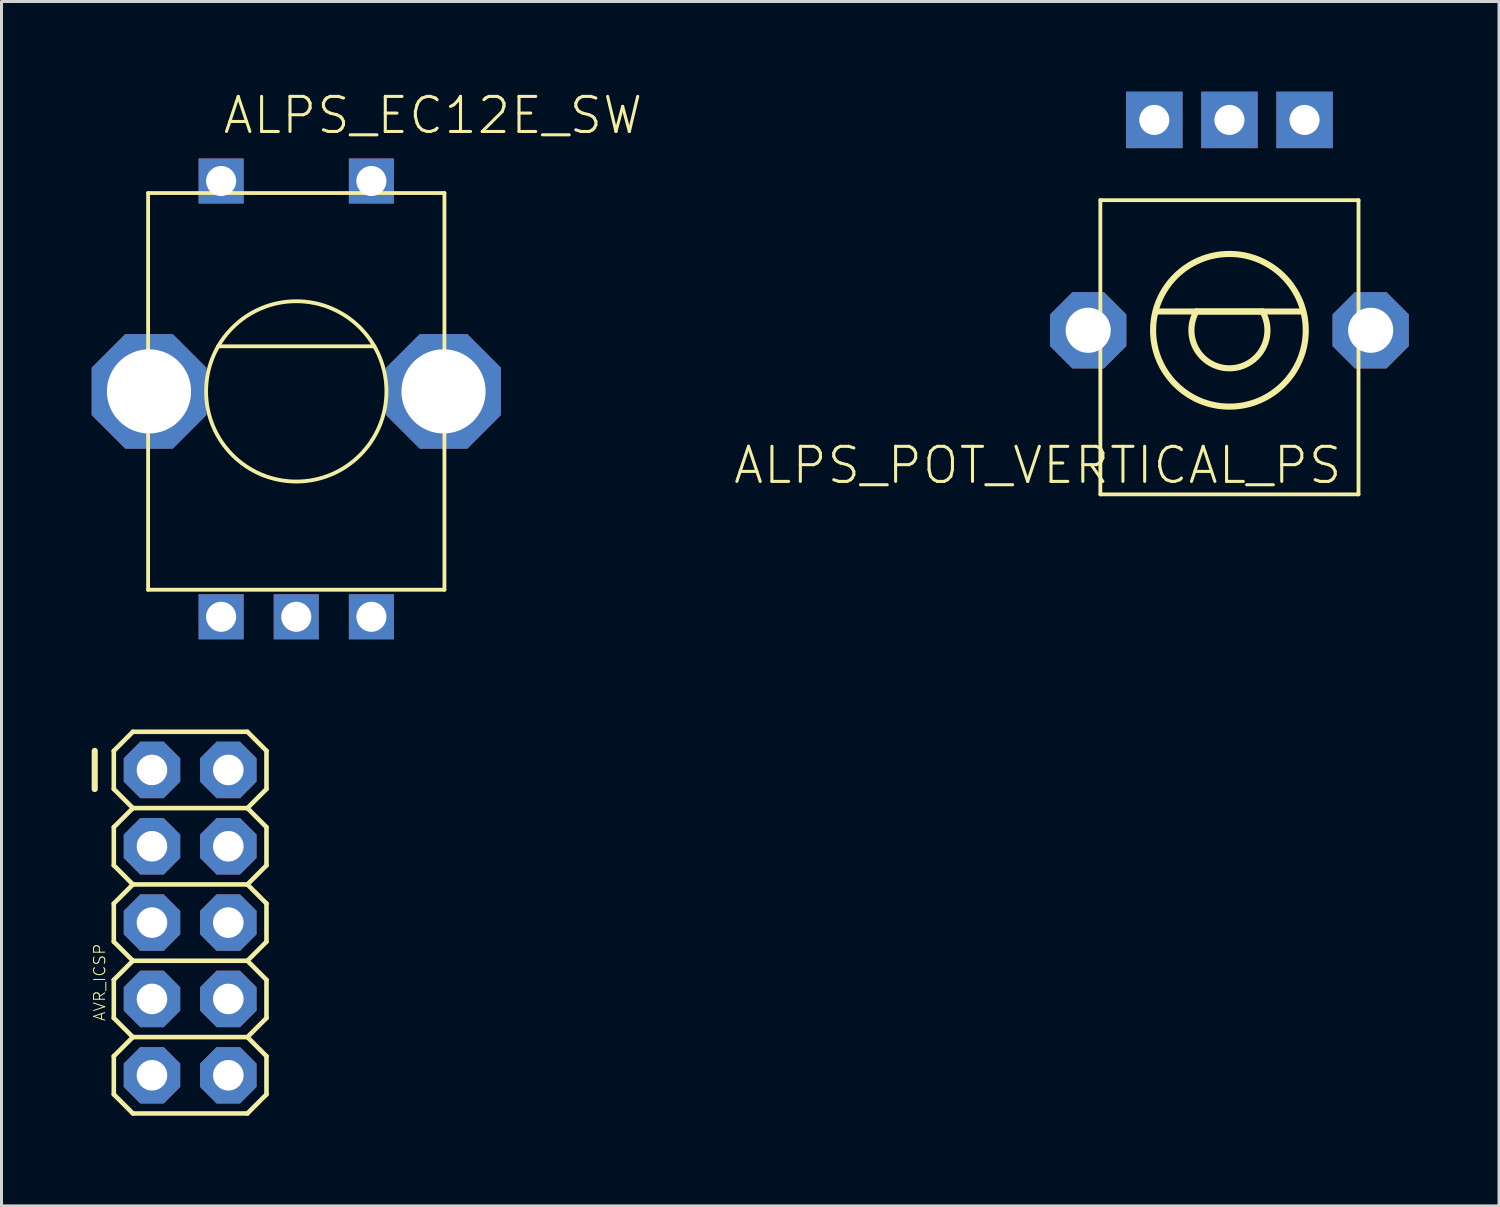
<source format=kicad_pcb>
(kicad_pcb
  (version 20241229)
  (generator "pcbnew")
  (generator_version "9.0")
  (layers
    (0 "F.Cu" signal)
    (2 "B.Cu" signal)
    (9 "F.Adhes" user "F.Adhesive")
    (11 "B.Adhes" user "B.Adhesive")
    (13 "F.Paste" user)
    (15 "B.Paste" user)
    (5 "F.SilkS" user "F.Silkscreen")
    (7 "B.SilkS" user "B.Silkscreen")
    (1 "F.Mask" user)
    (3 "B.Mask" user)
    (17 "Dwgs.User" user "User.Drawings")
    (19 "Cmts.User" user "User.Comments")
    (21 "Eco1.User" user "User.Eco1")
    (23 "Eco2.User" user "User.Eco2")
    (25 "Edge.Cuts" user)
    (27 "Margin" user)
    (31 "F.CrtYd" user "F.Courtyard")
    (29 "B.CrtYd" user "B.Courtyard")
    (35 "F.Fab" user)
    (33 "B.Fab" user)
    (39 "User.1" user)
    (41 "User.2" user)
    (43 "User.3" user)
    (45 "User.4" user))
  (footprint "AVR_ICSP"
    (layer "F.Cu")
    (at 3.277 27.649)
    (property "Reference" "AVR_ICSP" (at -2.794 3.302 90) (layer "F.SilkS") (effects (font (size 0.374 0.374) (thickness 0.033)) (justify left bottom)))
    (fp_line (start -3.175 -5.715) (end -3.175 -4.445) (stroke (width 0.203) (type solid)) (layer "F.SilkS"))
    (fp_line (start -2.54 -5.715) (end -2.54 -4.445) (stroke (width 0.152) (type solid)) (layer "F.SilkS"))
    (fp_line (start -2.54 -4.445) (end -1.905 -3.81) (stroke (width 0.152) (type solid)) (layer "F.SilkS"))
    (fp_line (start -2.54 -3.175) (end -2.54 -1.905) (stroke (width 0.152) (type solid)) (layer "F.SilkS"))
    (fp_line (start -2.54 -1.905) (end -1.905 -1.27) (stroke (width 0.152) (type solid)) (layer "F.SilkS"))
    (fp_line (start -2.54 -0.635) (end -2.54 0.635) (stroke (width 0.152) (type solid)) (layer "F.SilkS"))
    (fp_line (start -2.54 0.635) (end -1.905 1.27) (stroke (width 0.152) (type solid)) (layer "F.SilkS"))
    (fp_line (start -2.54 1.905) (end -2.54 3.175) (stroke (width 0.152) (type solid)) (layer "F.SilkS"))
    (fp_line (start -2.54 3.175) (end -1.905 3.81) (stroke (width 0.152) (type solid)) (layer "F.SilkS"))
    (fp_line (start -2.54 4.445) (end -2.54 5.715) (stroke (width 0.152) (type solid)) (layer "F.SilkS"))
    (fp_line (start -2.54 5.715) (end -1.905 6.35) (stroke (width 0.152) (type solid)) (layer "F.SilkS"))
    (fp_line (start -1.905 -6.35) (end -2.54 -5.715) (stroke (width 0.152) (type solid)) (layer "F.SilkS"))
    (fp_line (start -1.905 -6.35) (end 1.905 -6.35) (stroke (width 0.152) (type solid)) (layer "F.SilkS"))
    (fp_line (start -1.905 -3.81) (end -2.54 -3.175) (stroke (width 0.152) (type solid)) (layer "F.SilkS"))
    (fp_line (start -1.905 -1.27) (end -2.54 -0.635) (stroke (width 0.152) (type solid)) (layer "F.SilkS"))
    (fp_line (start -1.905 1.27) (end -2.54 1.905) (stroke (width 0.152) (type solid)) (layer "F.SilkS"))
    (fp_line (start -1.905 3.81) (end -2.54 4.445) (stroke (width 0.152) (type solid)) (layer "F.SilkS"))
    (fp_line (start 1.905 -6.35) (end 2.54 -5.715) (stroke (width 0.152) (type solid)) (layer "F.SilkS"))
    (fp_line (start 1.905 -3.81) (end -1.905 -3.81) (stroke (width 0.152) (type solid)) (layer "F.SilkS"))
    (fp_line (start 1.905 -3.81) (end 2.54 -3.175) (stroke (width 0.152) (type solid)) (layer "F.SilkS"))
    (fp_line (start 1.905 -1.27) (end -1.905 -1.27) (stroke (width 0.152) (type solid)) (layer "F.SilkS"))
    (fp_line (start 1.905 -1.27) (end 2.54 -0.635) (stroke (width 0.152) (type solid)) (layer "F.SilkS"))
    (fp_line (start 1.905 1.27) (end -1.905 1.27) (stroke (width 0.152) (type solid)) (layer "F.SilkS"))
    (fp_line (start 1.905 1.27) (end 2.54 1.905) (stroke (width 0.152) (type solid)) (layer "F.SilkS"))
    (fp_line (start 1.905 3.81) (end -1.905 3.81) (stroke (width 0.152) (type solid)) (layer "F.SilkS"))
    (fp_line (start 1.905 3.81) (end 2.54 4.445) (stroke (width 0.152) (type solid)) (layer "F.SilkS"))
    (fp_line (start 1.905 6.35) (end -1.905 6.35) (stroke (width 0.152) (type solid)) (layer "F.SilkS"))
    (fp_line (start 2.54 -5.715) (end 2.54 -4.445) (stroke (width 0.152) (type solid)) (layer "F.SilkS"))
    (fp_line (start 2.54 -4.445) (end 1.905 -3.81) (stroke (width 0.152) (type solid)) (layer "F.SilkS"))
    (fp_line (start 2.54 -3.175) (end 2.54 -1.905) (stroke (width 0.152) (type solid)) (layer "F.SilkS"))
    (fp_line (start 2.54 -1.905) (end 1.905 -1.27) (stroke (width 0.152) (type solid)) (layer "F.SilkS"))
    (fp_line (start 2.54 -0.635) (end 2.54 0.635) (stroke (width 0.152) (type solid)) (layer "F.SilkS"))
    (fp_line (start 2.54 0.635) (end 1.905 1.27) (stroke (width 0.152) (type solid)) (layer "F.SilkS"))
    (fp_line (start 2.54 1.905) (end 2.54 3.175) (stroke (width 0.152) (type solid)) (layer "F.SilkS"))
    (fp_line (start 2.54 3.175) (end 1.905 3.81) (stroke (width 0.152) (type solid)) (layer "F.SilkS"))
    (fp_line (start 2.54 4.445) (end 2.54 5.715) (stroke (width 0.152) (type solid)) (layer "F.SilkS"))
    (fp_line (start 2.54 5.715) (end 1.905 6.35) (stroke (width 0.152) (type solid)) (layer "F.SilkS"))
    (fp_poly (pts (xy -1.524 0.254) (xy -1.016 0.254) (xy -1.016 -0.254) (xy -1.524 -0.254)) (stroke (width 0) (type solid)) (fill yes) (layer "F.SilkS"))
    (fp_poly (pts (xy -1.524 -4.826) (xy -1.016 -4.826) (xy -1.016 -5.334) (xy -1.524 -5.334)) (stroke (width 0.1) (type solid)) (fill no) (layer "F.Fab"))
    (fp_poly (pts (xy -1.524 -2.286) (xy -1.016 -2.286) (xy -1.016 -2.794) (xy -1.524 -2.794)) (stroke (width 0.1) (type solid)) (fill no) (layer "F.Fab"))
    (fp_poly (pts (xy -1.524 2.794) (xy -1.016 2.794) (xy -1.016 2.286) (xy -1.524 2.286)) (stroke (width 0.1) (type solid)) (fill no) (layer "F.Fab"))
    (fp_poly (pts (xy -1.524 5.334) (xy -1.016 5.334) (xy -1.016 4.826) (xy -1.524 4.826)) (stroke (width 0.1) (type solid)) (fill no) (layer "F.Fab"))
    (fp_poly (pts (xy 1.016 -4.826) (xy 1.524 -4.826) (xy 1.524 -5.334) (xy 1.016 -5.334)) (stroke (width 0.1) (type solid)) (fill no) (layer "F.Fab"))
    (fp_poly (pts (xy 1.016 -2.286) (xy 1.524 -2.286) (xy 1.524 -2.794) (xy 1.016 -2.794)) (stroke (width 0.1) (type solid)) (fill no) (layer "F.Fab"))
    (fp_poly (pts (xy 1.016 0.254) (xy 1.524 0.254) (xy 1.524 -0.254) (xy 1.016 -0.254)) (stroke (width 0.1) (type solid)) (fill no) (layer "F.Fab"))
    (fp_poly (pts (xy 1.016 2.794) (xy 1.524 2.794) (xy 1.524 2.286) (xy 1.016 2.286)) (stroke (width 0.1) (type solid)) (fill no) (layer "F.Fab"))
    (fp_poly (pts (xy 1.016 5.334) (xy 1.524 5.334) (xy 1.524 4.826) (xy 1.016 4.826)) (stroke (width 0.1) (type solid)) (fill no) (layer "F.Fab"))
    (pad "1" thru_hole roundrect (at -1.27 -5.08 270) (size 1.88 1.88) (drill 1.016) (layers "*.Cu" "*.Mask") (roundrect_rratio 0.25) (chamfer_ratio 0.293) (chamfer top_left top_right bottom_left bottom_right))
    (pad "2" thru_hole roundrect (at 1.27 -5.08 270) (size 1.88 1.88) (drill 1.016) (layers "*.Cu" "*.Mask") (roundrect_rratio 0.25) (chamfer_ratio 0.293) (chamfer top_left top_right bottom_left bottom_right))
    (pad "3" thru_hole roundrect (at -1.27 -2.54 270) (size 1.88 1.88) (drill 1.016) (layers "*.Cu" "*.Mask") (roundrect_rratio 0.25) (chamfer_ratio 0.293) (chamfer top_left top_right bottom_left bottom_right))
    (pad "4" thru_hole roundrect (at 1.27 -2.54 270) (size 1.88 1.88) (drill 1.016) (layers "*.Cu" "*.Mask") (roundrect_rratio 0.25) (chamfer_ratio 0.293) (chamfer top_left top_right bottom_left bottom_right))
    (pad "5" thru_hole roundrect (at -1.27 0 270) (size 1.88 1.88) (drill 1.016) (layers "*.Cu" "*.Mask") (roundrect_rratio 0.25) (chamfer_ratio 0.293) (chamfer top_left top_right bottom_left bottom_right))
    (pad "6" thru_hole roundrect (at 1.27 0 270) (size 1.88 1.88) (drill 1.016) (layers "*.Cu" "*.Mask") (roundrect_rratio 0.25) (chamfer_ratio 0.293) (chamfer top_left top_right bottom_left bottom_right))
    (pad "7" thru_hole roundrect (at -1.27 2.54 270) (size 1.88 1.88) (drill 1.016) (layers "*.Cu" "*.Mask") (roundrect_rratio 0.25) (chamfer_ratio 0.293) (chamfer top_left top_right bottom_left bottom_right))
    (pad "8" thru_hole roundrect (at 1.27 2.54 270) (size 1.88 1.88) (drill 1.016) (layers "*.Cu" "*.Mask") (roundrect_rratio 0.25) (chamfer_ratio 0.293) (chamfer top_left top_right bottom_left bottom_right))
    (pad "9" thru_hole roundrect (at -1.27 5.08 270) (size 1.88 1.88) (drill 1.016) (layers "*.Cu" "*.Mask") (roundrect_rratio 0.25) (chamfer_ratio 0.293) (chamfer top_left top_right bottom_left bottom_right))
    (pad "10" thru_hole roundrect (at 1.27 5.08 270) (size 1.88 1.88) (drill 1.016) (layers "*.Cu" "*.Mask") (roundrect_rratio 0.25) (chamfer_ratio 0.293) (chamfer top_left top_right bottom_left bottom_right)))
  (footprint "ALPS_POT_VERTICAL_PS"
    (layer "F.Cu")
    (at 37.858 7.94)
    (property "Reference" "ALPS_POT_VERTICAL_PS" (at 3.81 3.81 0) (layer "F.SilkS") (effects (font (size 1.168 1.168) (thickness 0.102)) (justify right top)))
    (fp_line (start -4.295 -4.33) (end 4.295 -4.33) (stroke (width 0.127) (type solid)) (layer "F.SilkS"))
    (fp_line (start -4.295 5.46) (end -4.295 -4.33) (stroke (width 0.127) (type solid)) (layer "F.SilkS"))
    (fp_line (start -2.45 -0.625) (end 2.425 -0.625) (stroke (width 0.203) (type solid)) (layer "F.SilkS"))
    (fp_line (start -1.1 -0.625) (end 1.1 -0.625) (stroke (width 0.203) (type solid)) (layer "F.SilkS"))
    (fp_line (start 4.295 -4.33) (end 4.295 5.46) (stroke (width 0.127) (type solid)) (layer "F.SilkS"))
    (fp_line (start 4.295 5.46) (end -4.295 5.46) (stroke (width 0.127) (type solid)) (layer "F.SilkS"))
    (fp_arc (start 1.1 -0.625) (mid 0 1.265158) (end -1.1 -0.625) (stroke (width 0.2032) (type solid)) (layer "F.SilkS"))
    (fp_circle (center 0 0) (end 2.54 0) (stroke (width 0.203) (type solid)) (fill no) (layer "F.SilkS"))
    (pad "P$1" thru_hole rect (at -2.5 -7 270) (size 1.88 1.88) (drill 1) (layers "*.Cu" "*.Mask"))
    (pad "P$2" thru_hole rect (at 0 -7 270) (size 1.88 1.88) (drill 1) (layers "*.Cu" "*.Mask"))
    (pad "P$3" thru_hole rect (at 2.5 -7 270) (size 1.88 1.88) (drill 1) (layers "*.Cu" "*.Mask"))
    (pad "P$4" thru_hole roundrect (at -4.7 0 270) (size 2.54 2.54) (drill 1.5) (layers "*.Cu" "*.Mask") (roundrect_rratio 0.25) (chamfer_ratio 0.293) (chamfer top_left top_right bottom_left bottom_right))
    (pad "P$5" thru_hole roundrect (at 4.7 0 270) (size 2.54 2.54) (drill 1.5) (layers "*.Cu" "*.Mask") (roundrect_rratio 0.25) (chamfer_ratio 0.293) (chamfer top_left top_right bottom_left bottom_right)))
  (footprint "ALPS_EC12E_SW"
    (layer "F.Cu")
    (at 6.808 9.973)
    (property "Reference" "ALPS_EC12E_SW" (at -2.5 -8.5 0) (layer "F.SilkS") (effects (font (size 1.168 1.168) (thickness 0.102)) (justify left bottom)))
    (fp_line (start -4.93 -6.6) (end -4.93 6.6) (stroke (width 0.127) (type solid)) (layer "F.SilkS"))
    (fp_line (start -4.93 6.6) (end 4.93 6.6) (stroke (width 0.127) (type solid)) (layer "F.SilkS"))
    (fp_line (start -2.6 -1.5) (end 2.6 -1.5) (stroke (width 0.127) (type solid)) (layer "F.SilkS"))
    (fp_line (start 4.93 -6.6) (end -4.93 -6.6) (stroke (width 0.127) (type solid)) (layer "F.SilkS"))
    (fp_line (start 4.93 6.6) (end 4.93 -6.6) (stroke (width 0.127) (type solid)) (layer "F.SilkS"))
    (fp_circle (center 0 0) (end 3 0) (stroke (width 0.127) (type solid)) (fill no) (layer "F.SilkS"))
    (pad "A" thru_hole rect (at -2.5 7.5) (size 1.5 1.5) (drill 1) (layers "*.Cu" "*.Mask"))
    (pad "B" thru_hole rect (at 2.5 7.5) (size 1.5 1.5) (drill 1) (layers "*.Cu" "*.Mask"))
    (pad "C" thru_hole rect (at 0 7.5) (size 1.5 1.5) (drill 1) (layers "*.Cu" "*.Mask"))
    (pad "D" thru_hole rect (at -2.5 -7) (size 1.5 1.5) (drill 1) (layers "*.Cu" "*.Mask"))
    (pad "E" thru_hole rect (at 2.5 -7) (size 1.5 1.5) (drill 1) (layers "*.Cu" "*.Mask"))
    (pad "GND1" thru_hole roundrect (at -4.9 0) (size 3.816 3.816) (drill 2.8) (layers "*.Cu" "*.Mask") (roundrect_rratio 0.25) (chamfer_ratio 0.293) (chamfer top_left top_right bottom_left bottom_right))
    (pad "GND2" thru_hole roundrect (at 4.9 0) (size 3.816 3.816) (drill 2.8) (layers "*.Cu" "*.Mask") (roundrect_rratio 0.25) (chamfer_ratio 0.293) (chamfer top_left top_right bottom_left bottom_right)))
  (gr_rect
    (start -3 -3)
    (end 46.828 37.076)
    (stroke (width 0.1) (type default))
    (fill no)
    (layer "Edge.Cuts")))
</source>
